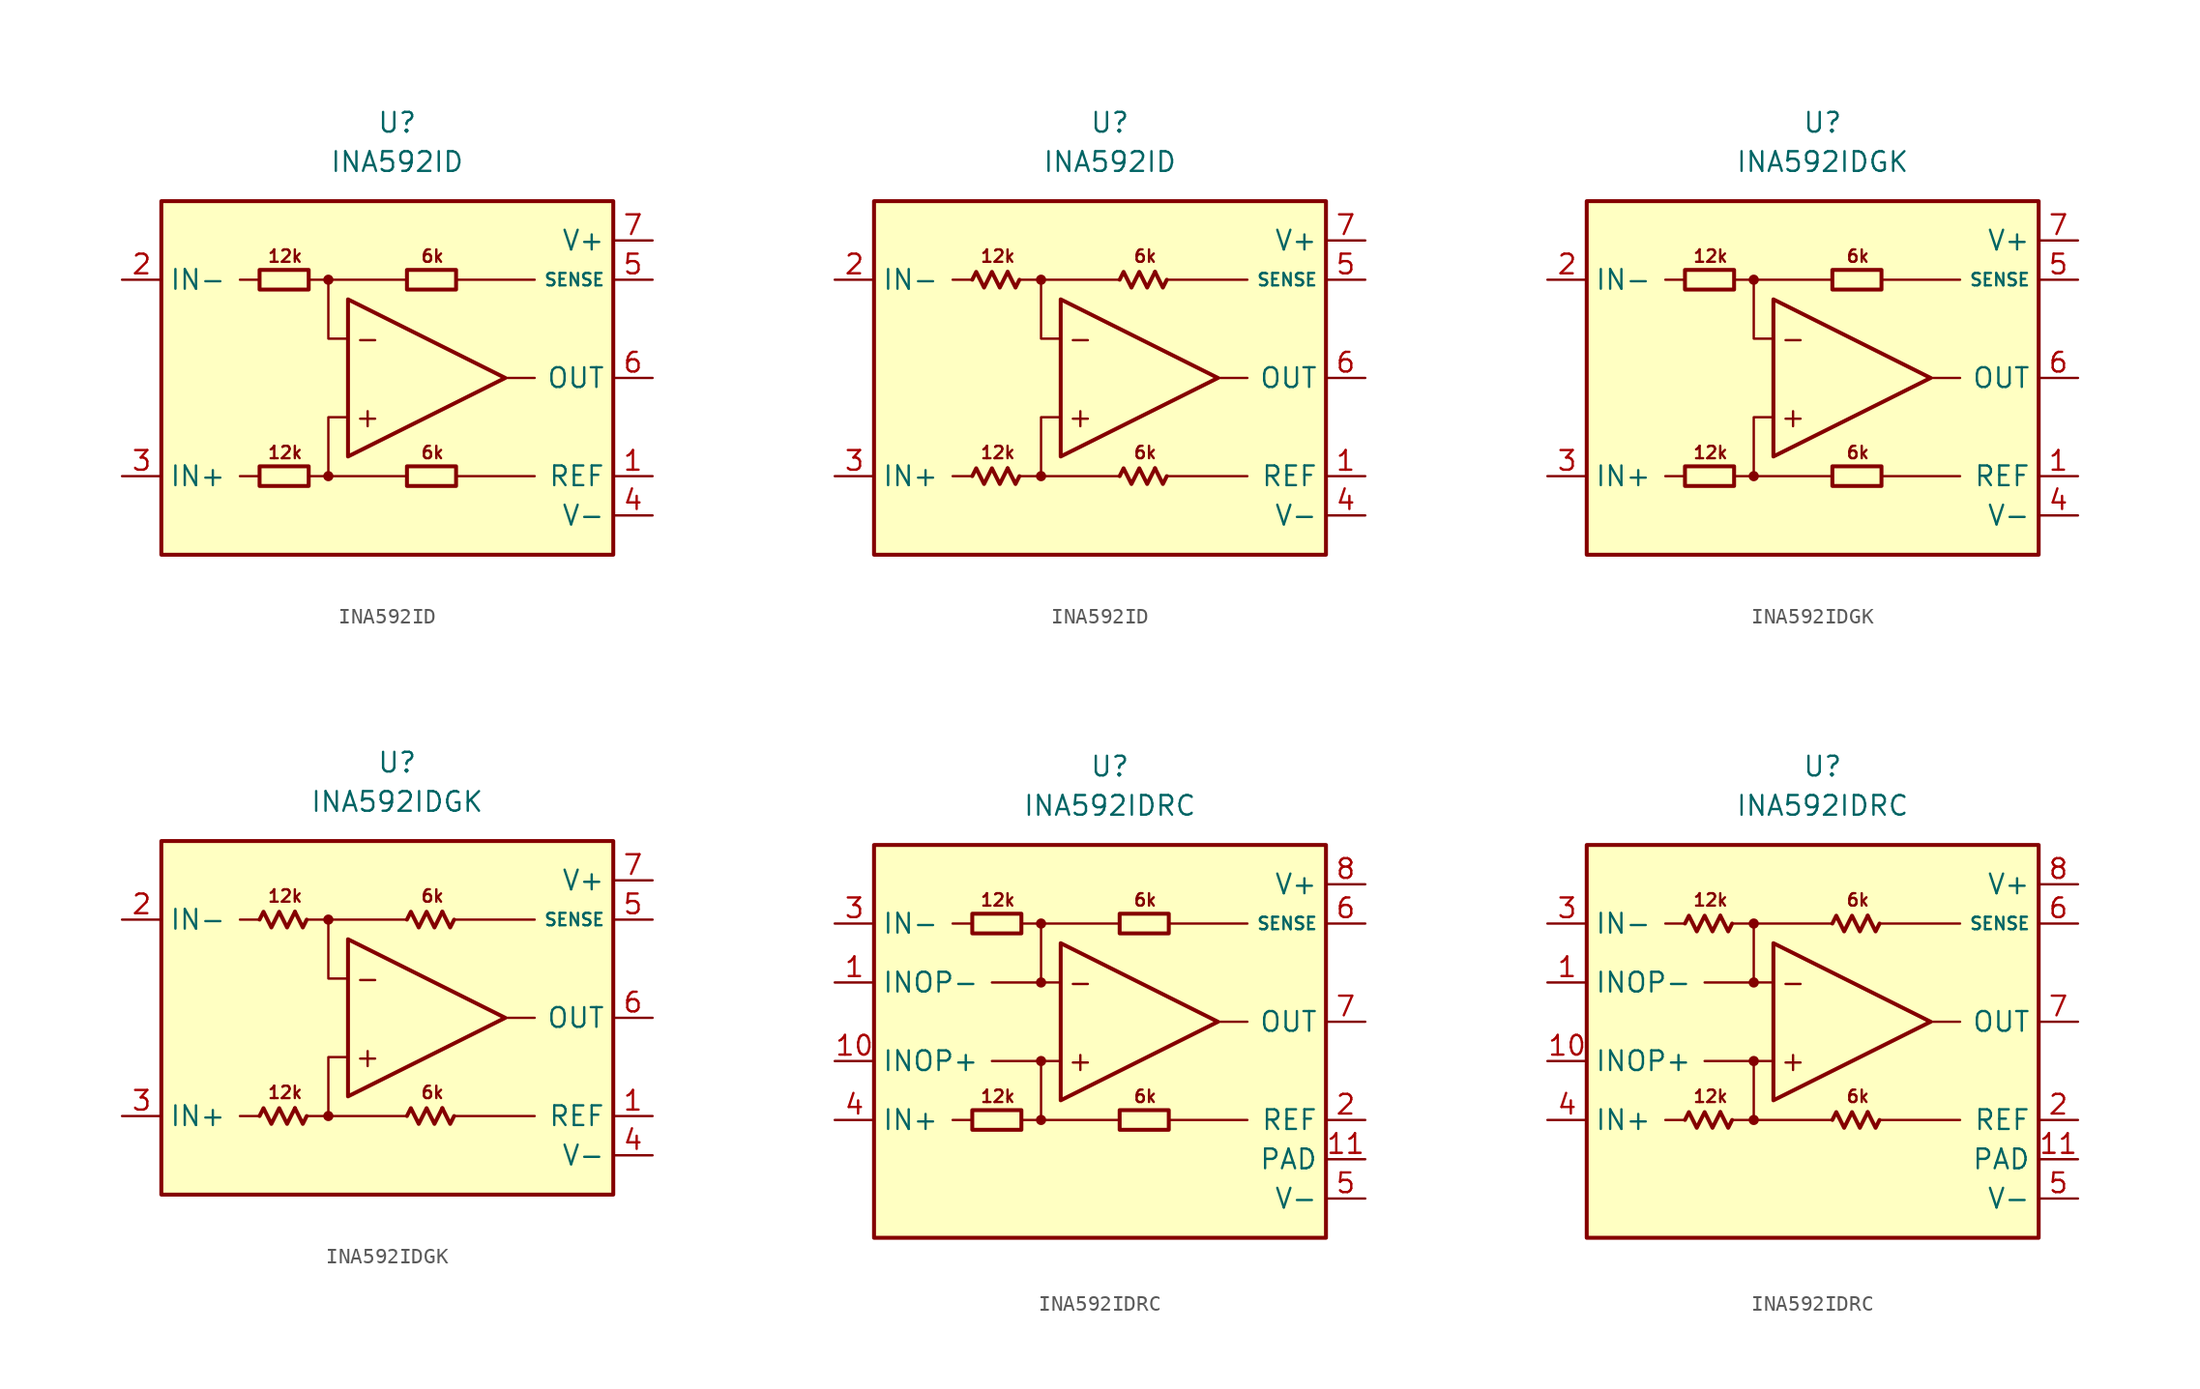
<source format=kicad_sym>
(kicad_symbol_lib
  (version 20231120)
  (generator "kicad_symbol_editor")
  (generator_version "8.0")
  (symbol "INA592ID"
    (property "Reference" "U"
      (at 0 16.51 0)
      (effects (font (size 1.27 1.27))))
    (property "Value" "INA592ID"
      (at 0 13.97 0)
      (effects (font (size 1.27 1.27))))
    (symbol "INA592ID_0_0"
      (rectangle (start -15.24 11.43) (end 13.97 -11.43) (stroke (width 0.254) (type default)) (fill (type background)))
      (circle (center -4.445 -6.35) (radius 0.254) (stroke (width 0.152) (type default)) (fill (type outline)))
      (circle (center -4.445 6.35) (radius 0.254) (stroke (width 0.152) (type default)) (fill (type outline)))
      (polyline (pts (xy -8.89 -6.35) (xy -10.16 -6.35)) (stroke (width 0.152) (type default)) (fill (type none)))
      (polyline (pts (xy -8.89 6.35) (xy -10.16 6.35)) (stroke (width 0.152) (type default)) (fill (type none)))
      (polyline (pts (xy -4.445 6.35) (xy 0.635 6.35)) (stroke (width 0.152) (type default)) (fill (type none)))
      (polyline (pts (xy 0.635 -6.35) (xy -4.445 -6.35)) (stroke (width 0.152) (type default)) (fill (type none)))
      (polyline (pts (xy 3.81 -6.35) (xy 8.89 -6.35)) (stroke (width 0.152) (type default)) (fill (type none)))
      (polyline (pts (xy 3.81 6.35) (xy 8.89 6.35)) (stroke (width 0.152) (type default)) (fill (type none)))
      (polyline (pts (xy 8.89 0) (xy 6.985 0)) (stroke (width 0.152) (type default)) (fill (type none)))
      (polyline (pts (xy -5.715 -6.35) (xy -4.445 -6.35) (xy -4.445 -2.54) (xy -3.175 -2.54)) (stroke (width 0.152) (type default)) (fill (type none)))
      (polyline (pts (xy -3.175 2.54) (xy -4.445 2.54) (xy -4.445 6.35) (xy -5.715 6.35)) (stroke (width 0.152) (type default)) (fill (type none)))
      (polyline (pts (xy -3.175 5.08) (xy -3.175 -5.08) (xy 6.985 0) (xy -3.175 5.08)) (stroke (width 0.254) (type default)) (fill (type none)))
      (text "+" (at -1.905 -2.54 0) (effects (font (size 1.27 1.27))))
      (text "-" (at -1.905 2.54 0) (effects (font (size 1.27 1.27))))
      (text "12k" (at -7.239 -4.826 0) (effects (font (size 0.8 0.8))))
      (text "12k" (at -7.239 7.874 0) (effects (font (size 0.8 0.8))))
      (text "6k" (at 2.286 -4.826 0) (effects (font (size 0.8 0.8))))
      (text "6k" (at 2.286 7.874 0) (effects (font (size 0.8 0.8)))))
    (symbol "INA592ID_0_1"
      (rectangle (start -8.89 -5.715) (end -5.715 -6.985) (stroke (width 0.254) (type default)) (fill (type none)))
      (rectangle (start -8.89 6.985) (end -5.715 5.715) (stroke (width 0.254) (type default)) (fill (type none)))
      (rectangle (start 0.635 -5.715) (end 3.81 -6.985) (stroke (width 0.254) (type default)) (fill (type none)))
      (rectangle (start 0.635 6.985) (end 3.81 5.715) (stroke (width 0.254) (type default)) (fill (type none))))
    (symbol "INA592ID_0_2"
      (polyline (pts (xy -6.604 -5.842) (xy -6.096 -6.858) (xy -5.842 -6.35)) (stroke (width 0.254) (type default)) (fill (type none)))
      (polyline (pts (xy -6.604 6.858) (xy -6.096 5.842) (xy -5.842 6.35)) (stroke (width 0.254) (type default)) (fill (type none)))
      (polyline (pts (xy 2.921 -5.842) (xy 3.429 -6.858) (xy 3.683 -6.35)) (stroke (width 0.254) (type default)) (fill (type none)))
      (polyline (pts (xy 2.921 6.858) (xy 3.429 5.842) (xy 3.683 6.35)) (stroke (width 0.254) (type default)) (fill (type none)))
      (polyline (pts (xy -8.89 -6.35) (xy -8.636 -5.842) (xy -8.128 -6.858) (xy -7.62 -5.842) (xy -7.112 -6.858) (xy -6.604 -5.842)) (stroke (width 0.254) (type default)) (fill (type none)))
      (polyline (pts (xy -8.89 6.35) (xy -8.636 6.858) (xy -8.128 5.842) (xy -7.62 6.858) (xy -7.112 5.842) (xy -6.604 6.858)) (stroke (width 0.254) (type default)) (fill (type none)))
      (polyline (pts (xy 0.635 -6.35) (xy 0.889 -5.842) (xy 1.397 -6.858) (xy 1.905 -5.842) (xy 2.413 -6.858) (xy 2.921 -5.842)) (stroke (width 0.254) (type default)) (fill (type none)))
      (polyline (pts (xy 0.635 6.35) (xy 0.889 6.858) (xy 1.397 5.842) (xy 1.905 6.858) (xy 2.413 5.842) (xy 2.921 6.858)) (stroke (width 0.254) (type default)) (fill (type none))))
    (symbol "INA592ID_1_1"
      (pin input line (at 16.51 -6.35 180) (length 2.54) (name "REF" (effects (font (size 1.27 1.27)))) (number "1" (effects (font (size 1.27 1.27)))))
      (pin input line (at -17.78 6.35 0) (length 2.54) (name "IN-" (effects (font (size 1.27 1.27)))) (number "2" (effects (font (size 1.27 1.27)))))
      (pin input line (at -17.78 -6.35 0) (length 2.54) (name "IN+" (effects (font (size 1.27 1.27)))) (number "3" (effects (font (size 1.27 1.27)))))
      (pin power_in line (at 16.51 -8.89 180) (length 2.54) (name "V-" (effects (font (size 1.27 1.27)))) (number "4" (effects (font (size 1.27 1.27)))))
      (pin input line (at 16.51 6.35 180) (length 2.54) (name "SENSE" (effects (font (size 0.8 0.8)))) (number "5" (effects (font (size 1.27 1.27)))))
      (pin output line (at 16.51 0 180) (length 2.54) (name "OUT" (effects (font (size 1.27 1.27)))) (number "6" (effects (font (size 1.27 1.27)))))
      (pin power_in line (at 16.51 8.89 180) (length 2.54) (name "V+" (effects (font (size 1.27 1.27)))) (number "7" (effects (font (size 1.27 1.27)))))
      (pin free line (at -10.16 0 0) (length 2.54) hide (name "NC" (effects (font (size 1.27 1.27)))) (number "8" (effects (font (size 1.27 1.27))))))
    (symbol "INA592ID_1_2"
      (pin input line (at 16.51 -6.35 180) (length 2.54) (name "REF" (effects (font (size 1.27 1.27)))) (number "1" (effects (font (size 1.27 1.27)))))
      (pin input line (at -17.78 6.35 0) (length 2.54) (name "IN-" (effects (font (size 1.27 1.27)))) (number "2" (effects (font (size 1.27 1.27)))))
      (pin input line (at -17.78 -6.35 0) (length 2.54) (name "IN+" (effects (font (size 1.27 1.27)))) (number "3" (effects (font (size 1.27 1.27)))))
      (pin power_in line (at 16.51 -8.89 180) (length 2.54) (name "V-" (effects (font (size 1.27 1.27)))) (number "4" (effects (font (size 1.27 1.27)))))
      (pin input line (at 16.51 6.35 180) (length 2.54) (name "SENSE" (effects (font (size 0.8 0.8)))) (number "5" (effects (font (size 1.27 1.27)))))
      (pin output line (at 16.51 0 180) (length 2.54) (name "OUT" (effects (font (size 1.27 1.27)))) (number "6" (effects (font (size 1.27 1.27)))))
      (pin power_in line (at 16.51 8.89 180) (length 2.54) (name "V+" (effects (font (size 1.27 1.27)))) (number "7" (effects (font (size 1.27 1.27)))))
      (pin free line (at -10.16 0 0) (length 2.54) hide (name "NC" (effects (font (size 1.27 1.27)))) (number "8" (effects (font (size 1.27 1.27)))))))
  (symbol "INA592IDGK"
    (property "Reference" "U"
      (at 0 16.51 0)
      (effects (font (size 1.27 1.27))))
    (property "Value" "INA592IDGK"
      (at 0 13.97 0)
      (effects (font (size 1.27 1.27))))
    (symbol "INA592IDGK_0_0"
      (rectangle (start -15.24 11.43) (end 13.97 -11.43) (stroke (width 0.254) (type default)) (fill (type background)))
      (circle (center -4.445 -6.35) (radius 0.254) (stroke (width 0.152) (type default)) (fill (type outline)))
      (circle (center -4.445 6.35) (radius 0.254) (stroke (width 0.152) (type default)) (fill (type outline)))
      (polyline (pts (xy -8.89 -6.35) (xy -10.16 -6.35)) (stroke (width 0.152) (type default)) (fill (type none)))
      (polyline (pts (xy -8.89 6.35) (xy -10.16 6.35)) (stroke (width 0.152) (type default)) (fill (type none)))
      (polyline (pts (xy -4.445 6.35) (xy 0.635 6.35)) (stroke (width 0.152) (type default)) (fill (type none)))
      (polyline (pts (xy 0.635 -6.35) (xy -4.445 -6.35)) (stroke (width 0.152) (type default)) (fill (type none)))
      (polyline (pts (xy 3.81 -6.35) (xy 8.89 -6.35)) (stroke (width 0.152) (type default)) (fill (type none)))
      (polyline (pts (xy 3.81 6.35) (xy 8.89 6.35)) (stroke (width 0.152) (type default)) (fill (type none)))
      (polyline (pts (xy 8.89 0) (xy 6.985 0)) (stroke (width 0.152) (type default)) (fill (type none)))
      (polyline (pts (xy -5.715 -6.35) (xy -4.445 -6.35) (xy -4.445 -2.54) (xy -3.175 -2.54)) (stroke (width 0.152) (type default)) (fill (type none)))
      (polyline (pts (xy -3.175 2.54) (xy -4.445 2.54) (xy -4.445 6.35) (xy -5.715 6.35)) (stroke (width 0.152) (type default)) (fill (type none)))
      (polyline (pts (xy -3.175 5.08) (xy -3.175 -5.08) (xy 6.985 0) (xy -3.175 5.08)) (stroke (width 0.254) (type default)) (fill (type none)))
      (text "+" (at -1.905 -2.54 0) (effects (font (size 1.27 1.27))))
      (text "-" (at -1.905 2.54 0) (effects (font (size 1.27 1.27))))
      (text "12k" (at -7.239 -4.826 0) (effects (font (size 0.8 0.8))))
      (text "12k" (at -7.239 7.874 0) (effects (font (size 0.8 0.8))))
      (text "6k" (at 2.286 -4.826 0) (effects (font (size 0.8 0.8))))
      (text "6k" (at 2.286 7.874 0) (effects (font (size 0.8 0.8)))))
    (symbol "INA592IDGK_0_1"
      (rectangle (start -8.89 -5.715) (end -5.715 -6.985) (stroke (width 0.254) (type default)) (fill (type none)))
      (rectangle (start -8.89 6.985) (end -5.715 5.715) (stroke (width 0.254) (type default)) (fill (type none)))
      (rectangle (start 0.635 -5.715) (end 3.81 -6.985) (stroke (width 0.254) (type default)) (fill (type none)))
      (rectangle (start 0.635 6.985) (end 3.81 5.715) (stroke (width 0.254) (type default)) (fill (type none))))
    (symbol "INA592IDGK_0_2"
      (polyline (pts (xy -6.604 -5.842) (xy -6.096 -6.858) (xy -5.842 -6.35)) (stroke (width 0.254) (type default)) (fill (type none)))
      (polyline (pts (xy -6.604 6.858) (xy -6.096 5.842) (xy -5.842 6.35)) (stroke (width 0.254) (type default)) (fill (type none)))
      (polyline (pts (xy 2.921 -5.842) (xy 3.429 -6.858) (xy 3.683 -6.35)) (stroke (width 0.254) (type default)) (fill (type none)))
      (polyline (pts (xy 2.921 6.858) (xy 3.429 5.842) (xy 3.683 6.35)) (stroke (width 0.254) (type default)) (fill (type none)))
      (polyline (pts (xy -8.89 -6.35) (xy -8.636 -5.842) (xy -8.128 -6.858) (xy -7.62 -5.842) (xy -7.112 -6.858) (xy -6.604 -5.842)) (stroke (width 0.254) (type default)) (fill (type none)))
      (polyline (pts (xy -8.89 6.35) (xy -8.636 6.858) (xy -8.128 5.842) (xy -7.62 6.858) (xy -7.112 5.842) (xy -6.604 6.858)) (stroke (width 0.254) (type default)) (fill (type none)))
      (polyline (pts (xy 0.635 -6.35) (xy 0.889 -5.842) (xy 1.397 -6.858) (xy 1.905 -5.842) (xy 2.413 -6.858) (xy 2.921 -5.842)) (stroke (width 0.254) (type default)) (fill (type none)))
      (polyline (pts (xy 0.635 6.35) (xy 0.889 6.858) (xy 1.397 5.842) (xy 1.905 6.858) (xy 2.413 5.842) (xy 2.921 6.858)) (stroke (width 0.254) (type default)) (fill (type none))))
    (symbol "INA592IDGK_1_1"
      (pin input line (at 16.51 -6.35 180) (length 2.54) (name "REF" (effects (font (size 1.27 1.27)))) (number "1" (effects (font (size 1.27 1.27)))))
      (pin input line (at -17.78 6.35 0) (length 2.54) (name "IN-" (effects (font (size 1.27 1.27)))) (number "2" (effects (font (size 1.27 1.27)))))
      (pin input line (at -17.78 -6.35 0) (length 2.54) (name "IN+" (effects (font (size 1.27 1.27)))) (number "3" (effects (font (size 1.27 1.27)))))
      (pin power_in line (at 16.51 -8.89 180) (length 2.54) (name "V-" (effects (font (size 1.27 1.27)))) (number "4" (effects (font (size 1.27 1.27)))))
      (pin input line (at 16.51 6.35 180) (length 2.54) (name "SENSE" (effects (font (size 0.8 0.8)))) (number "5" (effects (font (size 1.27 1.27)))))
      (pin output line (at 16.51 0 180) (length 2.54) (name "OUT" (effects (font (size 1.27 1.27)))) (number "6" (effects (font (size 1.27 1.27)))))
      (pin power_in line (at 16.51 8.89 180) (length 2.54) (name "V+" (effects (font (size 1.27 1.27)))) (number "7" (effects (font (size 1.27 1.27)))))
      (pin free line (at -10.16 0 0) (length 2.54) hide (name "NC" (effects (font (size 1.27 1.27)))) (number "8" (effects (font (size 1.27 1.27))))))
    (symbol "INA592IDGK_1_2"
      (pin input line (at 16.51 -6.35 180) (length 2.54) (name "REF" (effects (font (size 1.27 1.27)))) (number "1" (effects (font (size 1.27 1.27)))))
      (pin input line (at -17.78 6.35 0) (length 2.54) (name "IN-" (effects (font (size 1.27 1.27)))) (number "2" (effects (font (size 1.27 1.27)))))
      (pin input line (at -17.78 -6.35 0) (length 2.54) (name "IN+" (effects (font (size 1.27 1.27)))) (number "3" (effects (font (size 1.27 1.27)))))
      (pin power_in line (at 16.51 -8.89 180) (length 2.54) (name "V-" (effects (font (size 1.27 1.27)))) (number "4" (effects (font (size 1.27 1.27)))))
      (pin input line (at 16.51 6.35 180) (length 2.54) (name "SENSE" (effects (font (size 0.8 0.8)))) (number "5" (effects (font (size 1.27 1.27)))))
      (pin output line (at 16.51 0 180) (length 2.54) (name "OUT" (effects (font (size 1.27 1.27)))) (number "6" (effects (font (size 1.27 1.27)))))
      (pin power_in line (at 16.51 8.89 180) (length 2.54) (name "V+" (effects (font (size 1.27 1.27)))) (number "7" (effects (font (size 1.27 1.27)))))
      (pin free line (at -10.16 0 0) (length 2.54) hide (name "NC" (effects (font (size 1.27 1.27)))) (number "8" (effects (font (size 1.27 1.27)))))))
  (symbol "INA592IDRC"
    (property "Reference" "U"
      (at 0 17.78 0)
      (effects (font (size 1.27 1.27))))
    (property "Value" "INA592IDRC"
      (at 0 15.24 0)
      (effects (font (size 1.27 1.27))))
    (symbol "INA592IDRC_0_0"
      (rectangle (start -15.24 12.7) (end 13.97 -12.7) (stroke (width 0.254) (type default)) (fill (type background)))
      (circle (center -4.445 -5.08) (radius 0.254) (stroke (width 0.152) (type default)) (fill (type outline)))
      (circle (center -4.445 -1.27) (radius 0.254) (stroke (width 0.152) (type default)) (fill (type outline)))
      (circle (center -4.445 3.81) (radius 0.254) (stroke (width 0.152) (type default)) (fill (type outline)))
      (circle (center -4.445 7.62) (radius 0.254) (stroke (width 0.152) (type default)) (fill (type outline)))
      (polyline (pts (xy -8.89 -5.08) (xy -10.16 -5.08)) (stroke (width 0.152) (type default)) (fill (type none)))
      (polyline (pts (xy -8.89 7.62) (xy -10.16 7.62)) (stroke (width 0.152) (type default)) (fill (type none)))
      (polyline (pts (xy -4.445 -1.27) (xy -7.62 -1.27)) (stroke (width 0) (type default)) (fill (type none)))
      (polyline (pts (xy -4.445 3.81) (xy -7.62 3.81)) (stroke (width 0) (type default)) (fill (type none)))
      (polyline (pts (xy -4.445 7.62) (xy 0.635 7.62)) (stroke (width 0.152) (type default)) (fill (type none)))
      (polyline (pts (xy 0.635 -5.08) (xy -4.445 -5.08)) (stroke (width 0.152) (type default)) (fill (type none)))
      (polyline (pts (xy 3.81 -5.08) (xy 8.89 -5.08)) (stroke (width 0.152) (type default)) (fill (type none)))
      (polyline (pts (xy 3.81 7.62) (xy 8.89 7.62)) (stroke (width 0.152) (type default)) (fill (type none)))
      (polyline (pts (xy 8.89 1.27) (xy 6.985 1.27)) (stroke (width 0.152) (type default)) (fill (type none)))
      (polyline (pts (xy -5.715 -5.08) (xy -4.445 -5.08) (xy -4.445 -1.27) (xy -3.175 -1.27)) (stroke (width 0.152) (type default)) (fill (type none)))
      (polyline (pts (xy -3.175 3.81) (xy -4.445 3.81) (xy -4.445 7.62) (xy -5.715 7.62)) (stroke (width 0.152) (type default)) (fill (type none)))
      (polyline (pts (xy -3.175 6.35) (xy -3.175 -3.81) (xy 6.985 1.27) (xy -3.175 6.35)) (stroke (width 0.254) (type default)) (fill (type none)))
      (text "+" (at -1.905 -1.27 0) (effects (font (size 1.27 1.27))))
      (text "-" (at -1.905 3.81 0) (effects (font (size 1.27 1.27))))
      (text "12k" (at -7.239 -3.556 0) (effects (font (size 0.8 0.8))))
      (text "12k" (at -7.239 9.144 0) (effects (font (size 0.8 0.8))))
      (text "6k" (at 2.286 -3.556 0) (effects (font (size 0.8 0.8))))
      (text "6k" (at 2.286 9.144 0) (effects (font (size 0.8 0.8)))))
    (symbol "INA592IDRC_0_1"
      (rectangle (start -8.89 -4.445) (end -5.715 -5.715) (stroke (width 0.254) (type default)) (fill (type none)))
      (rectangle (start -8.89 8.255) (end -5.715 6.985) (stroke (width 0.254) (type default)) (fill (type none)))
      (rectangle (start 0.635 -4.445) (end 3.81 -5.715) (stroke (width 0.254) (type default)) (fill (type none)))
      (rectangle (start 0.635 8.255) (end 3.81 6.985) (stroke (width 0.254) (type default)) (fill (type none))))
    (symbol "INA592IDRC_0_2"
      (polyline (pts (xy -6.604 -4.572) (xy -6.096 -5.588) (xy -5.842 -5.08)) (stroke (width 0.254) (type default)) (fill (type none)))
      (polyline (pts (xy -6.604 8.128) (xy -6.096 7.112) (xy -5.842 7.62)) (stroke (width 0.254) (type default)) (fill (type none)))
      (polyline (pts (xy 2.921 -4.572) (xy 3.429 -5.588) (xy 3.683 -5.08)) (stroke (width 0.254) (type default)) (fill (type none)))
      (polyline (pts (xy 2.921 8.128) (xy 3.429 7.112) (xy 3.683 7.62)) (stroke (width 0.254) (type default)) (fill (type none)))
      (polyline (pts (xy -8.89 -5.08) (xy -8.636 -4.572) (xy -8.128 -5.588) (xy -7.62 -4.572) (xy -7.112 -5.588) (xy -6.604 -4.572)) (stroke (width 0.254) (type default)) (fill (type none)))
      (polyline (pts (xy -8.89 7.62) (xy -8.636 8.128) (xy -8.128 7.112) (xy -7.62 8.128) (xy -7.112 7.112) (xy -6.604 8.128)) (stroke (width 0.254) (type default)) (fill (type none)))
      (polyline (pts (xy 0.635 -5.08) (xy 0.889 -4.572) (xy 1.397 -5.588) (xy 1.905 -4.572) (xy 2.413 -5.588) (xy 2.921 -4.572)) (stroke (width 0.254) (type default)) (fill (type none)))
      (polyline (pts (xy 0.635 7.62) (xy 0.889 8.128) (xy 1.397 7.112) (xy 1.905 8.128) (xy 2.413 7.112) (xy 2.921 8.128)) (stroke (width 0.254) (type default)) (fill (type none))))
    (symbol "INA592IDRC_1_1"
      (pin passive line (at -17.78 3.81 0) (length 2.54) (name "INOP-" (effects (font (size 1.27 1.27)))) (number "1" (effects (font (size 1.27 1.27)))))
      (pin passive line (at -17.78 -1.27 0) (length 2.54) (name "INOP+" (effects (font (size 1.27 1.27)))) (number "10" (effects (font (size 1.27 1.27)))))
      (pin passive line (at 16.51 -7.62 180) (length 2.54) (name "PAD" (effects (font (size 1.27 1.27)))) (number "11" (effects (font (size 1.27 1.27)))))
      (pin input line (at 16.51 -5.08 180) (length 2.54) (name "REF" (effects (font (size 1.27 1.27)))) (number "2" (effects (font (size 1.27 1.27)))))
      (pin passive line (at -17.78 7.62 0) (length 2.54) (name "IN-" (effects (font (size 1.27 1.27)))) (number "3" (effects (font (size 1.27 1.27)))))
      (pin passive line (at -17.78 -5.08 0) (length 2.54) (name "IN+" (effects (font (size 1.27 1.27)))) (number "4" (effects (font (size 1.27 1.27)))))
      (pin power_in line (at 16.51 -10.16 180) (length 2.54) (name "V-" (effects (font (size 1.27 1.27)))) (number "5" (effects (font (size 1.27 1.27)))))
      (pin input line (at 16.51 7.62 180) (length 2.54) (name "SENSE" (effects (font (size 0.8 0.8)))) (number "6" (effects (font (size 1.27 1.27)))))
      (pin output line (at 16.51 1.27 180) (length 2.54) (name "OUT" (effects (font (size 1.27 1.27)))) (number "7" (effects (font (size 1.27 1.27)))))
      (pin power_in line (at 16.51 10.16 180) (length 2.54) (name "V+" (effects (font (size 1.27 1.27)))) (number "8" (effects (font (size 1.27 1.27)))))
      (pin free line (at 0 -10.16 0) (length 2.54) hide (name "NC" (effects (font (size 1.27 1.27)))) (number "9" (effects (font (size 1.27 1.27))))))
    (symbol "INA592IDRC_1_2"
      (pin passive line (at -17.78 3.81 0) (length 2.54) (name "INOP-" (effects (font (size 1.27 1.27)))) (number "1" (effects (font (size 1.27 1.27)))))
      (pin passive line (at -17.78 -1.27 0) (length 2.54) (name "INOP+" (effects (font (size 1.27 1.27)))) (number "10" (effects (font (size 1.27 1.27)))))
      (pin passive line (at 16.51 -7.62 180) (length 2.54) (name "PAD" (effects (font (size 1.27 1.27)))) (number "11" (effects (font (size 1.27 1.27)))))
      (pin input line (at 16.51 -5.08 180) (length 2.54) (name "REF" (effects (font (size 1.27 1.27)))) (number "2" (effects (font (size 1.27 1.27)))))
      (pin passive line (at -17.78 7.62 0) (length 2.54) (name "IN-" (effects (font (size 1.27 1.27)))) (number "3" (effects (font (size 1.27 1.27)))))
      (pin passive line (at -17.78 -5.08 0) (length 2.54) (name "IN+" (effects (font (size 1.27 1.27)))) (number "4" (effects (font (size 1.27 1.27)))))
      (pin power_in line (at 16.51 -10.16 180) (length 2.54) (name "V-" (effects (font (size 1.27 1.27)))) (number "5" (effects (font (size 1.27 1.27)))))
      (pin input line (at 16.51 7.62 180) (length 2.54) (name "SENSE" (effects (font (size 0.8 0.8)))) (number "6" (effects (font (size 1.27 1.27)))))
      (pin output line (at 16.51 1.27 180) (length 2.54) (name "OUT" (effects (font (size 1.27 1.27)))) (number "7" (effects (font (size 1.27 1.27)))))
      (pin power_in line (at 16.51 10.16 180) (length 2.54) (name "V+" (effects (font (size 1.27 1.27)))) (number "8" (effects (font (size 1.27 1.27)))))
      (pin free line (at 0 -10.16 0) (length 2.54) hide (name "NC" (effects (font (size 1.27 1.27)))) (number "9" (effects (font (size 1.27 1.27))))))))
</source>
